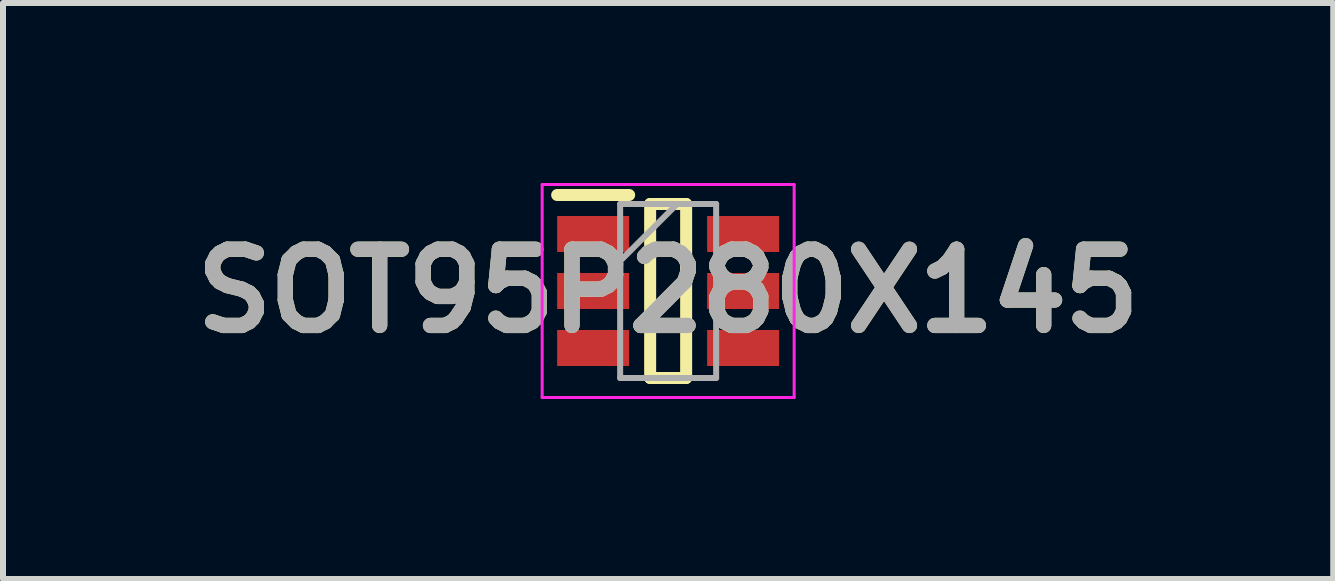
<source format=kicad_pcb>
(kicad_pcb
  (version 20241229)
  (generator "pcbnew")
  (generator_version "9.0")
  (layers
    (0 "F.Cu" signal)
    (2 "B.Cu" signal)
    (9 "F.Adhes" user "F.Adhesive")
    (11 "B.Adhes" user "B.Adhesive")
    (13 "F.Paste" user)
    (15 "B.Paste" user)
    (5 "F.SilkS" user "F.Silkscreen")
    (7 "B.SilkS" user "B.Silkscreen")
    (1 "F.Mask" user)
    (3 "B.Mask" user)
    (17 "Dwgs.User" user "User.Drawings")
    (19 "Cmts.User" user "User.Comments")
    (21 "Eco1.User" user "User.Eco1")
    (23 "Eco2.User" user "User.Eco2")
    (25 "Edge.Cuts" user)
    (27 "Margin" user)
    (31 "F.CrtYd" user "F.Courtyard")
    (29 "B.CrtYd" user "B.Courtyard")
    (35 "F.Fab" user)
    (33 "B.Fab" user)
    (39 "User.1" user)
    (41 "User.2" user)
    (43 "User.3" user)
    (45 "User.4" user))
  (footprint "SOT95P280X145"
    (layer "F.Cu")
    (at 8.086 1.8)
    (property "Reference" "SOT95P280X145" (at 0 0 0) (layer "F.SilkS") (effects (font (size 1.27 1.27) (thickness 0.254))))
    (attr smd)
    (fp_line (start -1.85 -1.6) (end -0.65 -1.6) (stroke (width 0.2) (type solid)) (layer "F.SilkS"))
    (fp_line (start -0.3 -1.45) (end 0.3 -1.45) (stroke (width 0.2) (type solid)) (layer "F.SilkS"))
    (fp_line (start -0.3 1.45) (end -0.3 -1.45) (stroke (width 0.2) (type solid)) (layer "F.SilkS"))
    (fp_line (start 0.3 -1.45) (end 0.3 1.45) (stroke (width 0.2) (type solid)) (layer "F.SilkS"))
    (fp_line (start 0.3 1.45) (end -0.3 1.45) (stroke (width 0.2) (type solid)) (layer "F.SilkS"))
    (fp_line (start -2.1 -1.775) (end 2.1 -1.775) (stroke (width 0.05) (type solid)) (layer "F.CrtYd"))
    (fp_line (start -2.1 1.775) (end -2.1 -1.775) (stroke (width 0.05) (type solid)) (layer "F.CrtYd"))
    (fp_line (start 2.1 -1.775) (end 2.1 1.775) (stroke (width 0.05) (type solid)) (layer "F.CrtYd"))
    (fp_line (start 2.1 1.775) (end -2.1 1.775) (stroke (width 0.05) (type solid)) (layer "F.CrtYd"))
    (fp_line (start -0.8 -1.45) (end 0.8 -1.45) (stroke (width 0.1) (type solid)) (layer "F.Fab"))
    (fp_line (start -0.8 -0.5) (end 0.15 -1.45) (stroke (width 0.1) (type solid)) (layer "F.Fab"))
    (fp_line (start -0.8 1.45) (end -0.8 -1.45) (stroke (width 0.1) (type solid)) (layer "F.Fab"))
    (fp_line (start 0.8 -1.45) (end 0.8 1.45) (stroke (width 0.1) (type solid)) (layer "F.Fab"))
    (fp_line (start 0.8 1.45) (end -0.8 1.45) (stroke (width 0.1) (type solid)) (layer "F.Fab"))
    (fp_text user "${REFERENCE}" (at 0 0 0) (layer "F.Fab") (effects (font (size 1.27 1.27) (thickness 0.254))))
    (pad "1" smd rect (at -1.25 -0.95 90) (size 0.6 1.2) (layers "F.Cu" "F.Mask" "F.Paste"))
    (pad "2" smd rect (at -1.25 0 90) (size 0.6 1.2) (layers "F.Cu" "F.Mask" "F.Paste"))
    (pad "3" smd rect (at -1.25 0.95 90) (size 0.6 1.2) (layers "F.Cu" "F.Mask" "F.Paste"))
    (pad "4" smd rect (at 1.25 0.95 90) (size 0.6 1.2) (layers "F.Cu" "F.Mask" "F.Paste"))
    (pad "5" smd rect (at 1.25 0 90) (size 0.6 1.2) (layers "F.Cu" "F.Mask" "F.Paste"))
    (pad "6" smd rect (at 1.25 -0.95 90) (size 0.6 1.2) (layers "F.Cu" "F.Mask" "F.Paste")))
  (gr_rect
    (start -3 -3)
    (end 19.171 6.6)
    (stroke (width 0.1) (type default))
    (fill no)
    (layer "Edge.Cuts")))
</source>
